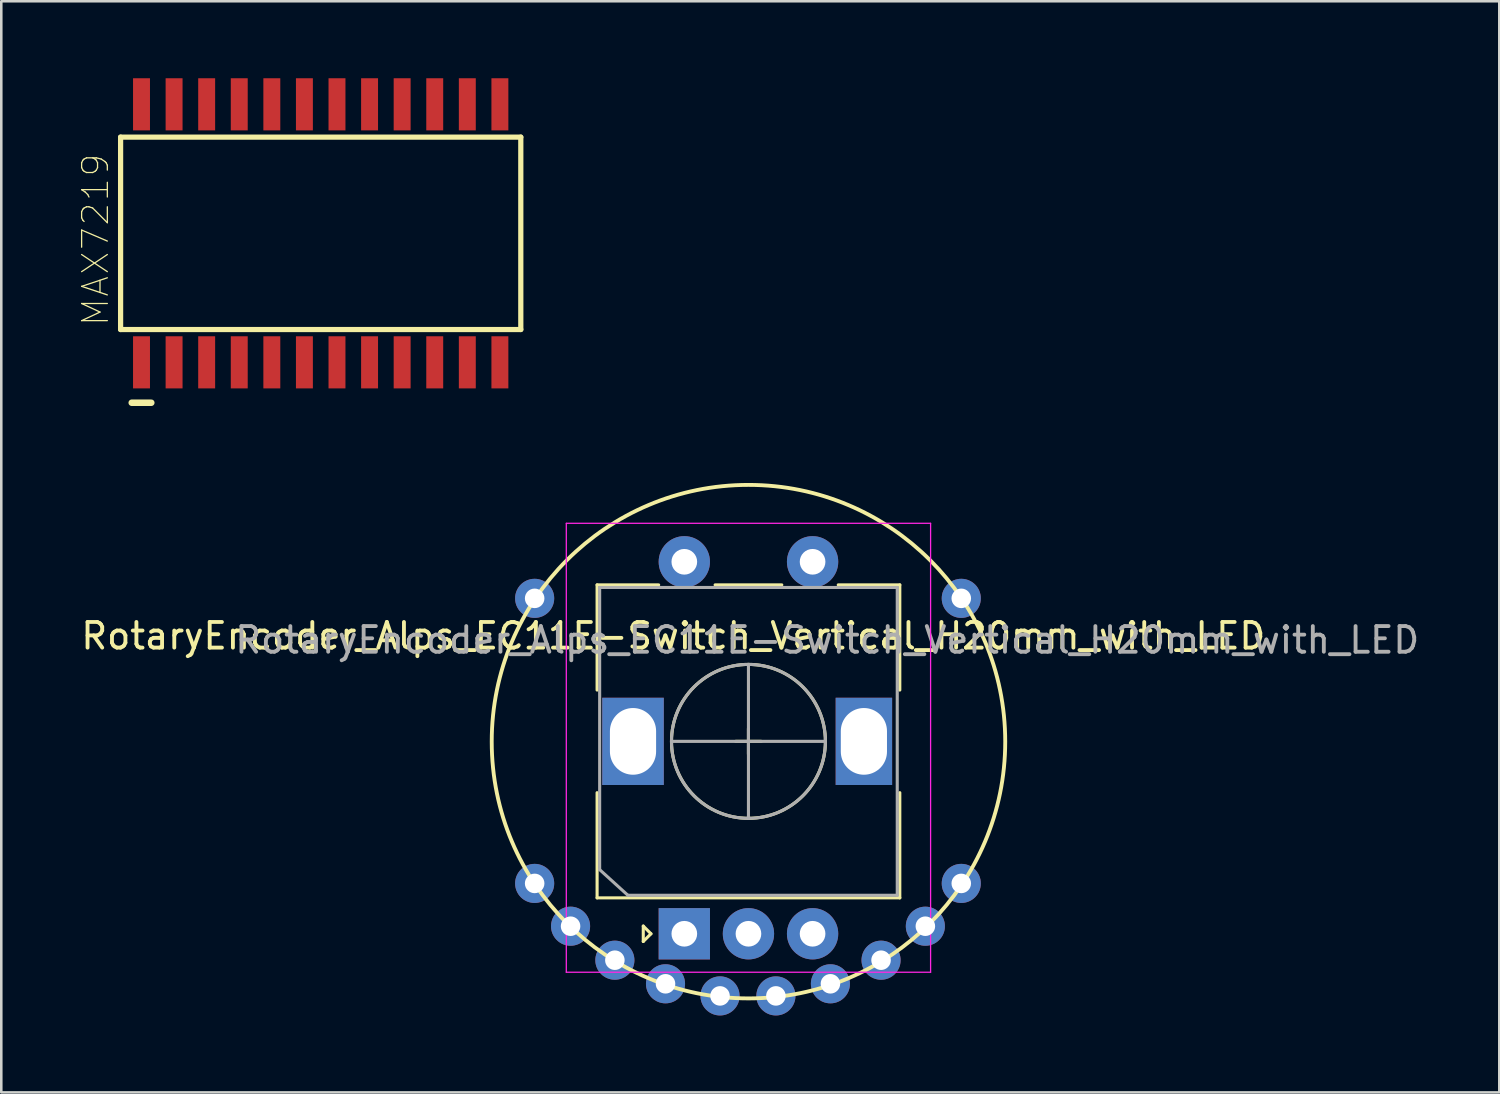
<source format=kicad_pcb>
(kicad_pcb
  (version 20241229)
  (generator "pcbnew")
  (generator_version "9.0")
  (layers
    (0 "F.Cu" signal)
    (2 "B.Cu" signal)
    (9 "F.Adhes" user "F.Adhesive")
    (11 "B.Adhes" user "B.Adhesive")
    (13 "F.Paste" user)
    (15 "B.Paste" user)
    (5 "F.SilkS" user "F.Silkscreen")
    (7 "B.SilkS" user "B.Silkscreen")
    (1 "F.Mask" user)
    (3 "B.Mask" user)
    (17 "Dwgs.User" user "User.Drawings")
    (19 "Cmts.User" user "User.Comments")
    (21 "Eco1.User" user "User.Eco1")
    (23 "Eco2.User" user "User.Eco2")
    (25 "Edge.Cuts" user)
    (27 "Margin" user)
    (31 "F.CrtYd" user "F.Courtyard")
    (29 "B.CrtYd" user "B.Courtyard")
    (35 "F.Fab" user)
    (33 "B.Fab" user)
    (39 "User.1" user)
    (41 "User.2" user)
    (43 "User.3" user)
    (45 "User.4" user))
  (footprint "MAX7219"
    (layer "F.Cu")
    (at 9.451 6.045)
    (property "Reference" "MAX7219" (at -8.778 0.254 90) (layer "F.SilkS") (effects (font (size 1.002 1.002) (thickness 0.05))))
    (attr smd)
    (fp_line (start -7.8 -3.75) (end -7.8 3.75) (stroke (width 0.203) (type solid)) (layer "F.SilkS"))
    (fp_line (start -7.8 3.75) (end 7.8 3.75) (stroke (width 0.203) (type solid)) (layer "F.SilkS"))
    (fp_line (start -7.366 6.604) (end -6.604 6.604) (stroke (width 0.254) (type solid)) (layer "F.SilkS"))
    (fp_line (start 7.8 -3.75) (end -7.8 -3.75) (stroke (width 0.203) (type solid)) (layer "F.SilkS"))
    (fp_line (start 7.8 3.75) (end 7.8 -3.75) (stroke (width 0.203) (type solid)) (layer "F.SilkS"))
    (fp_poly (pts (xy -7.252 -5.334) (xy -6.731 -5.334) (xy -6.731 -3.868) (xy -7.252 -3.868)) (stroke (width 0.1) (type solid)) (fill no) (layer "Eco2.User"))
    (fp_poly (pts (xy -7.25 3.861) (xy -6.731 3.861) (xy -6.731 5.342) (xy -7.25 5.342)) (stroke (width 0.1) (type solid)) (fill no) (layer "Eco2.User"))
    (fp_poly (pts (xy -5.971 3.861) (xy -5.461 3.861) (xy -5.461 5.336) (xy -5.971 5.336)) (stroke (width 0.1) (type solid)) (fill no) (layer "Eco2.User"))
    (fp_poly (pts (xy -5.97 -5.334) (xy -5.461 -5.334) (xy -5.461 -3.861) (xy -5.97 -3.861)) (stroke (width 0.1) (type solid)) (fill no) (layer "Eco2.User"))
    (fp_poly (pts (xy -4.708 3.861) (xy -4.191 3.861) (xy -4.191 5.344) (xy -4.708 5.344)) (stroke (width 0.1) (type solid)) (fill no) (layer "Eco2.User"))
    (fp_poly (pts (xy -4.701 -5.334) (xy -4.191 -5.334) (xy -4.191 -3.862) (xy -4.701 -3.862)) (stroke (width 0.1) (type solid)) (fill no) (layer "Eco2.User"))
    (fp_poly (pts (xy -3.432 -5.334) (xy -2.921 -5.334) (xy -2.921 -3.864) (xy -3.432 -3.864)) (stroke (width 0.1) (type solid)) (fill no) (layer "Eco2.User"))
    (fp_poly (pts (xy -3.431 3.861) (xy -2.921 3.861) (xy -2.921 5.336) (xy -3.431 5.336)) (stroke (width 0.1) (type solid)) (fill no) (layer "Eco2.User"))
    (fp_poly (pts (xy -2.162 -5.334) (xy -1.651 -5.334) (xy -1.651 -3.867) (xy -2.162 -3.867)) (stroke (width 0.1) (type solid)) (fill no) (layer "Eco2.User"))
    (fp_poly (pts (xy -2.161 3.861) (xy -1.651 3.861) (xy -1.651 5.338) (xy -2.161 5.338)) (stroke (width 0.1) (type solid)) (fill no) (layer "Eco2.User"))
    (fp_poly (pts (xy -0.891 3.861) (xy -0.381 3.861) (xy -0.381 5.344) (xy -0.891 5.344)) (stroke (width 0.1) (type solid)) (fill no) (layer "Eco2.User"))
    (fp_poly (pts (xy -0.89 -5.334) (xy -0.381 -5.334) (xy -0.381 -3.865) (xy -0.89 -3.865)) (stroke (width 0.1) (type solid)) (fill no) (layer "Eco2.User"))
    (fp_poly (pts (xy 0.381 -5.334) (xy 0.889 -5.334) (xy 0.889 -3.863) (xy 0.381 -3.863)) (stroke (width 0.1) (type solid)) (fill no) (layer "Eco2.User"))
    (fp_poly (pts (xy 0.382 3.861) (xy 0.889 3.861) (xy 0.889 5.342) (xy 0.382 5.342)) (stroke (width 0.1) (type solid)) (fill no) (layer "Eco2.User"))
    (fp_poly (pts (xy 1.651 3.861) (xy 2.159 3.861) (xy 2.159 5.335) (xy 1.651 5.335)) (stroke (width 0.1) (type solid)) (fill no) (layer "Eco2.User"))
    (fp_poly (pts (xy 1.653 -5.334) (xy 2.159 -5.334) (xy 2.159 -3.865) (xy 1.653 -3.865)) (stroke (width 0.1) (type solid)) (fill no) (layer "Eco2.User"))
    (fp_poly (pts (xy 2.923 -5.334) (xy 3.429 -5.334) (xy 3.429 -3.864) (xy 2.923 -3.864)) (stroke (width 0.1) (type solid)) (fill no) (layer "Eco2.User"))
    (fp_poly (pts (xy 2.926 3.861) (xy 3.429 3.861) (xy 3.429 5.344) (xy 2.926 5.344)) (stroke (width 0.1) (type solid)) (fill no) (layer "Eco2.User"))
    (fp_poly (pts (xy 4.194 -5.334) (xy 4.699 -5.334) (xy 4.699 -3.864) (xy 4.194 -3.864)) (stroke (width 0.1) (type solid)) (fill no) (layer "Eco2.User"))
    (fp_poly (pts (xy 4.198 3.861) (xy 4.699 3.861) (xy 4.699 5.343) (xy 4.198 5.343)) (stroke (width 0.1) (type solid)) (fill no) (layer "Eco2.User"))
    (fp_poly (pts (xy 5.464 3.861) (xy 5.969 3.861) (xy 5.969 5.337) (xy 5.464 5.337)) (stroke (width 0.1) (type solid)) (fill no) (layer "Eco2.User"))
    (fp_poly (pts (xy 5.467 -5.334) (xy 5.969 -5.334) (xy 5.969 -3.865) (xy 5.467 -3.865)) (stroke (width 0.1) (type solid)) (fill no) (layer "Eco2.User"))
    (fp_poly (pts (xy 6.74 3.861) (xy 7.239 3.861) (xy 7.239 5.341) (xy 6.74 5.341)) (stroke (width 0.1) (type solid)) (fill no) (layer "Eco2.User"))
    (fp_poly (pts (xy 6.744 -5.334) (xy 7.239 -5.334) (xy 7.239 -3.868) (xy 6.744 -3.868)) (stroke (width 0.1) (type solid)) (fill no) (layer "Eco2.User"))
    (pad "1" smd rect (at -6.985 5.029) (size 0.66 2.032) (layers "F.Cu" "F.Mask" "F.Paste"))
    (pad "2" smd rect (at -5.715 5.029) (size 0.66 2.032) (layers "F.Cu" "F.Mask" "F.Paste"))
    (pad "3" smd rect (at -4.445 5.029) (size 0.66 2.032) (layers "F.Cu" "F.Mask" "F.Paste"))
    (pad "4" smd rect (at -3.175 5.029) (size 0.66 2.032) (layers "F.Cu" "F.Mask" "F.Paste"))
    (pad "5" smd rect (at -1.905 5.029) (size 0.66 2.032) (layers "F.Cu" "F.Mask" "F.Paste"))
    (pad "6" smd rect (at -0.635 5.029) (size 0.66 2.032) (layers "F.Cu" "F.Mask" "F.Paste"))
    (pad "7" smd rect (at 0.635 5.029) (size 0.66 2.032) (layers "F.Cu" "F.Mask" "F.Paste"))
    (pad "8" smd rect (at 1.905 5.029) (size 0.66 2.032) (layers "F.Cu" "F.Mask" "F.Paste"))
    (pad "9" smd rect (at 3.175 5.029) (size 0.66 2.032) (layers "F.Cu" "F.Mask" "F.Paste"))
    (pad "10" smd rect (at 4.445 5.029) (size 0.66 2.032) (layers "F.Cu" "F.Mask" "F.Paste"))
    (pad "11" smd rect (at 5.715 5.029) (size 0.66 2.032) (layers "F.Cu" "F.Mask" "F.Paste"))
    (pad "12" smd rect (at 6.985 5.029) (size 0.66 2.032) (layers "F.Cu" "F.Mask" "F.Paste"))
    (pad "13" smd rect (at 6.985 -5.029) (size 0.66 2.032) (layers "F.Cu" "F.Mask" "F.Paste"))
    (pad "14" smd rect (at 5.715 -5.029) (size 0.66 2.032) (layers "F.Cu" "F.Mask" "F.Paste"))
    (pad "15" smd rect (at 4.445 -5.029) (size 0.66 2.032) (layers "F.Cu" "F.Mask" "F.Paste"))
    (pad "16" smd rect (at 3.175 -5.029) (size 0.66 2.032) (layers "F.Cu" "F.Mask" "F.Paste"))
    (pad "17" smd rect (at 1.905 -5.029) (size 0.66 2.032) (layers "F.Cu" "F.Mask" "F.Paste"))
    (pad "18" smd rect (at 0.635 -5.029) (size 0.66 2.032) (layers "F.Cu" "F.Mask" "F.Paste"))
    (pad "19" smd rect (at -0.635 -5.029) (size 0.66 2.032) (layers "F.Cu" "F.Mask" "F.Paste"))
    (pad "20" smd rect (at -1.905 -5.029) (size 0.66 2.032) (layers "F.Cu" "F.Mask" "F.Paste"))
    (pad "21" smd rect (at -3.175 -5.029) (size 0.66 2.032) (layers "F.Cu" "F.Mask" "F.Paste"))
    (pad "22" smd rect (at -4.445 -5.029) (size 0.66 2.032) (layers "F.Cu" "F.Mask" "F.Paste"))
    (pad "23" smd rect (at -5.715 -5.029) (size 0.66 2.032) (layers "F.Cu" "F.Mask" "F.Paste"))
    (pad "24" smd rect (at -6.985 -5.029) (size 0.66 2.032) (layers "F.Cu" "F.Mask" "F.Paste")))
  (footprint "RotaryEncoder_Alps_EC11E-Switch_Vertical_H20mm_with_LED"
    (layer "F.Cu")
    (at 26.106 25.83)
    (property "Reference" "RotaryEncoder_Alps_EC11E-Switch_Vertical_H20mm_with_LED" (at -2.91 -4.09 180) (layer "F.SilkS") (effects (font (size 1 1) (thickness 0.15))))
    (attr through_hole)
    (fp_line (start -5.881 -6.081) (end -3.481 -6.081) (stroke (width 0.12) (type solid)) (layer "F.SilkS"))
    (fp_line (start -5.881 -1.981) (end -5.881 -6.081) (stroke (width 0.12) (type solid)) (layer "F.SilkS"))
    (fp_line (start -5.881 2.019) (end -5.881 6.119) (stroke (width 0.12) (type solid)) (layer "F.SilkS"))
    (fp_line (start -5.881 6.119) (end 5.919 6.119) (stroke (width 0.12) (type solid)) (layer "F.SilkS"))
    (fp_line (start -4.081 7.219) (end -3.781 7.519) (stroke (width 0.12) (type solid)) (layer "F.SilkS"))
    (fp_line (start -4.081 7.819) (end -4.081 7.219) (stroke (width 0.12) (type solid)) (layer "F.SilkS"))
    (fp_line (start -3.781 7.519) (end -4.081 7.819) (stroke (width 0.12) (type solid)) (layer "F.SilkS"))
    (fp_line (start -1.281 -6.081) (end 1.319 -6.081) (stroke (width 0.12) (type solid)) (layer "F.SilkS"))
    (fp_line (start -0.481 0.019) (end 0.519 0.019) (stroke (width 0.12) (type solid)) (layer "F.SilkS"))
    (fp_line (start 0.019 0.519) (end 0.019 -0.481) (stroke (width 0.12) (type solid)) (layer "F.SilkS"))
    (fp_line (start 3.519 -6.081) (end 5.919 -6.081) (stroke (width 0.12) (type solid)) (layer "F.SilkS"))
    (fp_line (start 5.919 -6.081) (end 5.919 -1.981) (stroke (width 0.12) (type solid)) (layer "F.SilkS"))
    (fp_line (start 5.919 2.019) (end 5.919 6.119) (stroke (width 0.12) (type solid)) (layer "F.SilkS"))
    (fp_circle (center 0.019 0.019) (end 0.019 -2.981) (stroke (width 0.12) (type solid)) (fill no) (layer "F.SilkS"))
    (fp_circle (center 0.02 0.03) (end 10.02 0.44) (stroke (width 0.15) (type solid)) (fill no) (layer "F.SilkS"))
    (fp_line (start -7.081 9.019) (end -7.081 -8.481) (stroke (width 0.05) (type solid)) (layer "F.CrtYd"))
    (fp_line (start -7.081 9.019) (end 7.119 9.019) (stroke (width 0.05) (type solid)) (layer "F.CrtYd"))
    (fp_line (start 7.119 -8.481) (end -7.081 -8.481) (stroke (width 0.05) (type solid)) (layer "F.CrtYd"))
    (fp_line (start 7.119 -8.481) (end 7.119 9.019) (stroke (width 0.05) (type solid)) (layer "F.CrtYd"))
    (fp_line (start -5.781 -5.981) (end 5.819 -5.981) (stroke (width 0.12) (type solid)) (layer "F.Fab"))
    (fp_line (start -5.781 5.019) (end -5.781 -5.981) (stroke (width 0.12) (type solid)) (layer "F.Fab"))
    (fp_line (start -4.681 6.019) (end -5.781 5.019) (stroke (width 0.12) (type solid)) (layer "F.Fab"))
    (fp_line (start -2.981 0.019) (end 3.019 0.019) (stroke (width 0.12) (type solid)) (layer "F.Fab"))
    (fp_line (start 0.019 3.019) (end 0.019 -2.981) (stroke (width 0.12) (type solid)) (layer "F.Fab"))
    (fp_line (start 5.819 -5.981) (end 5.819 6.019) (stroke (width 0.12) (type solid)) (layer "F.Fab"))
    (fp_line (start 5.819 6.019) (end -4.681 6.019) (stroke (width 0.12) (type solid)) (layer "F.Fab"))
    (fp_circle (center 0.019 0.019) (end 0.019 -2.981) (stroke (width 0.12) (type solid)) (fill no) (layer "F.Fab"))
    (fp_text user "${REFERENCE}" (at 3.09 -3.93 180) (layer "F.Fab") (effects (font (size 1 1) (thickness 0.15))))
    (pad "1" thru_hole circle (at -8.315 -5.556 56.2) (size 1.524 1.524) (drill 0.762) (layers "*.Cu" "*.Mask"))
    (pad "2" thru_hole circle (at -8.315 5.556 56.2) (size 1.524 1.524) (drill 0.762) (layers "*.Cu" "*.Mask"))
    (pad "3" thru_hole circle (at -6.915 7.224 56.2) (size 1.524 1.524) (drill 0.762) (layers "*.Cu" "*.Mask"))
    (pad "4" thru_hole circle (at -5.188 8.549 56.2) (size 1.524 1.524) (drill 0.762) (layers "*.Cu" "*.Mask"))
    (pad "5" thru_hole circle (at -3.214 9.469 56.2) (size 1.524 1.524) (drill 0.762) (layers "*.Cu" "*.Mask"))
    (pad "6" thru_hole circle (at -1.089 9.941 56.2) (size 1.524 1.524) (drill 0.762) (layers "*.Cu" "*.Mask"))
    (pad "7" thru_hole circle (at 1.089 9.941 56.2) (size 1.524 1.524) (drill 0.762) (layers "*.Cu" "*.Mask"))
    (pad "8" thru_hole circle (at 3.214 9.469 56.2) (size 1.524 1.524) (drill 0.762) (layers "*.Cu" "*.Mask"))
    (pad "9" thru_hole circle (at 5.188 8.549 56.2) (size 1.524 1.524) (drill 0.762) (layers "*.Cu" "*.Mask"))
    (pad "10" thru_hole circle (at 6.915 7.224 56.2) (size 1.524 1.524) (drill 0.762) (layers "*.Cu" "*.Mask"))
    (pad "11" thru_hole circle (at 8.315 5.556 56.2) (size 1.524 1.524) (drill 0.762) (layers "*.Cu" "*.Mask"))
    (pad "12" thru_hole circle (at 8.315 -5.556 56.2) (size 1.524 1.524) (drill 0.762) (layers "*.Cu" "*.Mask"))
    (pad "A" thru_hole rect (at -2.481 7.519 90) (size 2 2) (drill 1) (layers "*.Cu" "*.Mask"))
    (pad "B" thru_hole circle (at 2.519 7.519 90) (size 2 2) (drill 1) (layers "*.Cu" "*.Mask"))
    (pad "C" thru_hole circle (at 0.019 7.519 90) (size 2 2) (drill 1) (layers "*.Cu" "*.Mask"))
    (pad "MP" thru_hole rect (at -4.481 0.019 90) (size 3.4 2.4) (drill oval 2.6 1.8) (layers "*.Cu" "*.Mask"))
    (pad "MP" thru_hole rect (at 4.519 0.019 90) (size 3.4 2.2) (drill oval 2.6 1.8) (layers "*.Cu" "*.Mask"))
    (pad "SW1" thru_hole circle (at 2.519 -6.981 90) (size 2 2) (drill 1) (layers "*.Cu" "*.Mask"))
    (pad "SW2" thru_hole circle (at -2.481 -6.981 90) (size 2 2) (drill 1) (layers "*.Cu" "*.Mask")))
  (gr_rect
    (start -3 -3)
    (end 55.393 39.532)
    (stroke (width 0.1) (type default))
    (fill no)
    (layer "Edge.Cuts")))
</source>
